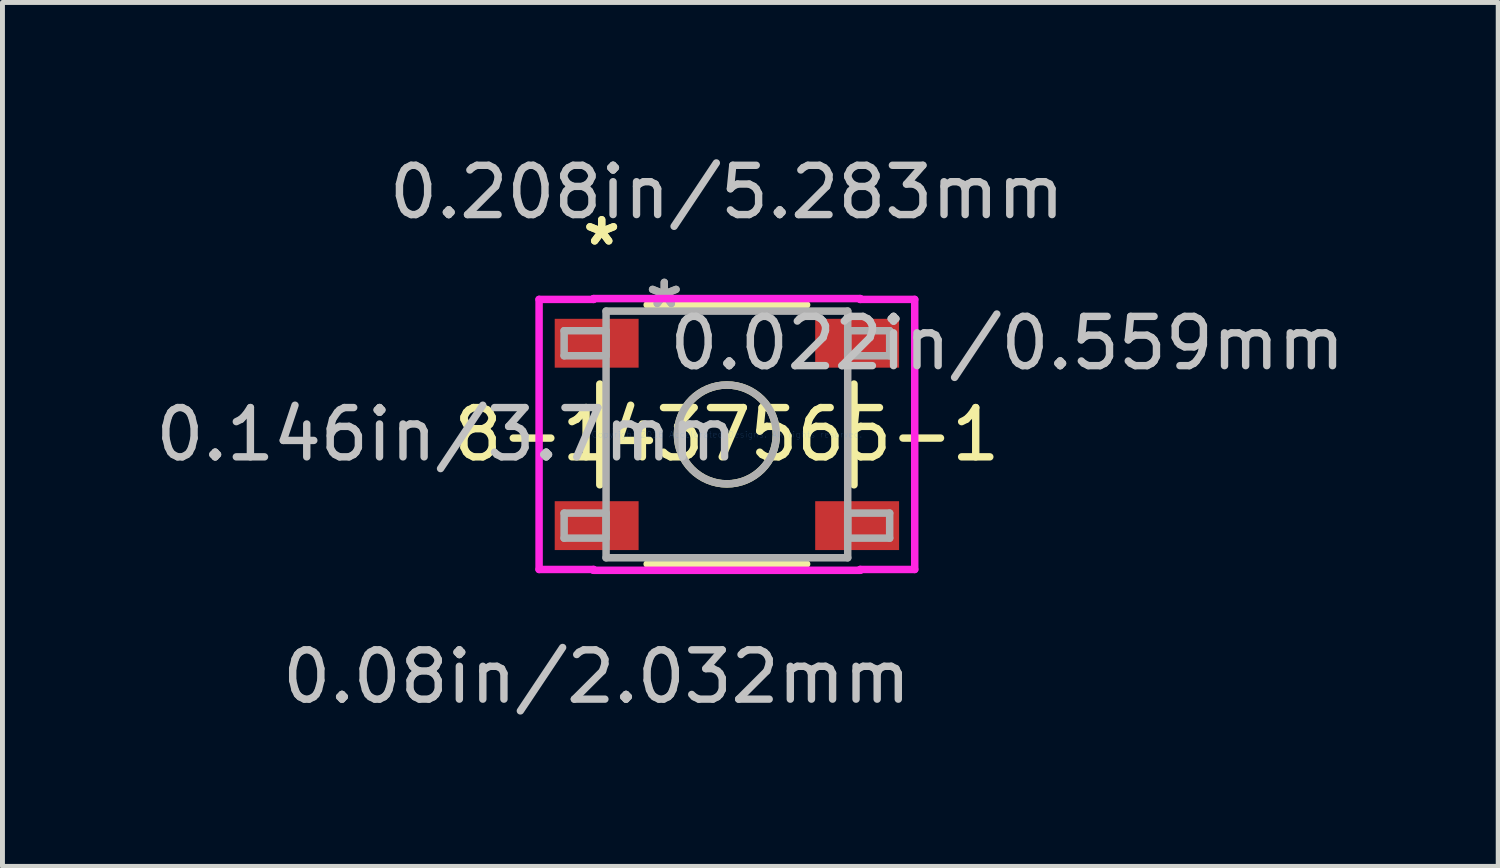
<source format=kicad_pcb>
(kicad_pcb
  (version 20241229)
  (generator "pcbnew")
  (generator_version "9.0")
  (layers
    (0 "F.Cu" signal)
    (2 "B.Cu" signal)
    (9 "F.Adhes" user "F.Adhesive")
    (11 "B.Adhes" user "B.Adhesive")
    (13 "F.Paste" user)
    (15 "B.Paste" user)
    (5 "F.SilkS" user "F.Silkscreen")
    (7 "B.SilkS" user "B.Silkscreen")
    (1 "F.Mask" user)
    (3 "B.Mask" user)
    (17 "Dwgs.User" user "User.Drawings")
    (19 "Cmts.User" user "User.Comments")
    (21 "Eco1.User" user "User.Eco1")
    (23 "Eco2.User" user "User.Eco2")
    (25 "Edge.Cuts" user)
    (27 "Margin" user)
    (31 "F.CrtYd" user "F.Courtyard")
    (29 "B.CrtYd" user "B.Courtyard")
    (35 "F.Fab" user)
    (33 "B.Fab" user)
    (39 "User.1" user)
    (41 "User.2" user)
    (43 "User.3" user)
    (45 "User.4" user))
  (footprint "8-1437565-1"
    (layer "F.Cu")
    (at 11.696 5.763)
    (property "Reference" "8-1437565-1" (at 0 0 0) (layer "F.SilkS") (effects (font (size 1 1) (thickness 0.15))))
    (attr through_hole)
    (fp_line (start -2.578 -1.022) (end -2.578 1.022) (stroke (width 0.152) (type solid)) (layer "F.SilkS"))
    (fp_line (start -1.617 2.629) (end 1.617 2.629) (stroke (width 0.152) (type solid)) (layer "F.SilkS"))
    (fp_line (start 1.617 -2.629) (end -1.617 -2.629) (stroke (width 0.152) (type solid)) (layer "F.SilkS"))
    (fp_line (start 2.578 1.022) (end 2.578 -1.022) (stroke (width 0.152) (type solid)) (layer "F.SilkS"))
    (fp_circle (center 0 0) (end 1.003 0) (stroke (width 0.152) (type solid)) (fill no) (layer "F.SilkS"))
    (fp_line (start -3.81 -2.739) (end -2.705 -2.739) (stroke (width 0.152) (type solid)) (layer "F.CrtYd"))
    (fp_line (start -3.81 2.739) (end -3.81 -2.739) (stroke (width 0.152) (type solid)) (layer "F.CrtYd"))
    (fp_line (start -2.705 -2.756) (end 2.705 -2.756) (stroke (width 0.152) (type solid)) (layer "F.CrtYd"))
    (fp_line (start -2.705 -2.739) (end -2.705 -2.756) (stroke (width 0.152) (type solid)) (layer "F.CrtYd"))
    (fp_line (start -2.705 2.739) (end -3.81 2.739) (stroke (width 0.152) (type solid)) (layer "F.CrtYd"))
    (fp_line (start -2.705 2.756) (end -2.705 2.739) (stroke (width 0.152) (type solid)) (layer "F.CrtYd"))
    (fp_line (start 2.705 -2.756) (end 2.705 -2.739) (stroke (width 0.152) (type solid)) (layer "F.CrtYd"))
    (fp_line (start 2.705 -2.739) (end 3.81 -2.739) (stroke (width 0.152) (type solid)) (layer "F.CrtYd"))
    (fp_line (start 2.705 2.739) (end 2.705 2.756) (stroke (width 0.152) (type solid)) (layer "F.CrtYd"))
    (fp_line (start 2.705 2.756) (end -2.705 2.756) (stroke (width 0.152) (type solid)) (layer "F.CrtYd"))
    (fp_line (start 3.81 -2.739) (end 3.81 2.739) (stroke (width 0.152) (type solid)) (layer "F.CrtYd"))
    (fp_line (start 3.81 2.739) (end 2.705 2.739) (stroke (width 0.152) (type solid)) (layer "F.CrtYd"))
    (fp_line (start -3.302 -2.104) (end -3.302 -1.596) (stroke (width 0.152) (type solid)) (layer "F.Fab"))
    (fp_line (start -3.302 -1.596) (end -2.451 -1.596) (stroke (width 0.152) (type solid)) (layer "F.Fab"))
    (fp_line (start -3.302 1.596) (end -3.302 2.104) (stroke (width 0.152) (type solid)) (layer "F.Fab"))
    (fp_line (start -3.302 2.104) (end -2.451 2.104) (stroke (width 0.152) (type solid)) (layer "F.Fab"))
    (fp_line (start -2.451 -2.502) (end -2.451 2.502) (stroke (width 0.152) (type solid)) (layer "F.Fab"))
    (fp_line (start -2.451 -2.104) (end -3.302 -2.104) (stroke (width 0.152) (type solid)) (layer "F.Fab"))
    (fp_line (start -2.451 -1.596) (end -2.451 -2.104) (stroke (width 0.152) (type solid)) (layer "F.Fab"))
    (fp_line (start -2.451 1.596) (end -3.302 1.596) (stroke (width 0.152) (type solid)) (layer "F.Fab"))
    (fp_line (start -2.451 2.104) (end -2.451 1.596) (stroke (width 0.152) (type solid)) (layer "F.Fab"))
    (fp_line (start -2.451 2.502) (end 2.451 2.502) (stroke (width 0.152) (type solid)) (layer "F.Fab"))
    (fp_line (start 2.451 -2.502) (end -2.451 -2.502) (stroke (width 0.152) (type solid)) (layer "F.Fab"))
    (fp_line (start 2.451 -2.104) (end 2.451 -1.596) (stroke (width 0.152) (type solid)) (layer "F.Fab"))
    (fp_line (start 2.451 -1.596) (end 3.302 -1.596) (stroke (width 0.152) (type solid)) (layer "F.Fab"))
    (fp_line (start 2.451 1.596) (end 2.451 2.104) (stroke (width 0.152) (type solid)) (layer "F.Fab"))
    (fp_line (start 2.451 2.104) (end 3.302 2.104) (stroke (width 0.152) (type solid)) (layer "F.Fab"))
    (fp_line (start 2.451 2.502) (end 2.451 -2.502) (stroke (width 0.152) (type solid)) (layer "F.Fab"))
    (fp_line (start 3.302 -2.104) (end 2.451 -2.104) (stroke (width 0.152) (type solid)) (layer "F.Fab"))
    (fp_line (start 3.302 -1.596) (end 3.302 -2.104) (stroke (width 0.152) (type solid)) (layer "F.Fab"))
    (fp_line (start 3.302 1.596) (end 2.451 1.596) (stroke (width 0.152) (type solid)) (layer "F.Fab"))
    (fp_line (start 3.302 2.104) (end 3.302 1.596) (stroke (width 0.152) (type solid)) (layer "F.Fab"))
    (fp_circle (center 0 0) (end 1.003 0) (stroke (width 0.152) (type solid)) (fill no) (layer "F.Fab"))
    (fp_text user "*" (at -2.54 -3.81 0) (layer "F.SilkS") (effects (font (size 1 1) (thickness 0.15))))
    (fp_text user "*" (at -2.54 -3.81 0) (layer "F.SilkS") (effects (font (size 1 1) (thickness 0.15))))
    (fp_text user "0.022in/0.559mm" (at 5.69 -1.85 0) (layer "Dwgs.User") (effects (font (size 1 1) (thickness 0.15))))
    (fp_text user "0.208in/5.283mm" (at 0 -4.915 0) (layer "Dwgs.User") (effects (font (size 1 1) (thickness 0.15))))
    (fp_text user "0.146in/3.7mm" (at -5.69 0 0) (layer "Dwgs.User") (effects (font (size 1 1) (thickness 0.15))))
    (fp_text user "0.08in/2.032mm" (at -2.642 4.915 0) (layer "Dwgs.User") (effects (font (size 1 1) (thickness 0.15))))
    (fp_text user "Copyright 2016 Accelerated Designs. All rights reserved." (at 0 0 0) (layer "Cmts.User") (effects (font (size 0.127 0.127) (thickness 0.002))))
    (fp_text user "*" (at -1.27 -2.54 0) (layer "F.Fab") (effects (font (size 1 1) (thickness 0.15))))
    (fp_text user "*" (at -1.27 -2.54 0) (layer "F.Fab") (effects (font (size 1 1) (thickness 0.15))))
    (pad "1" smd rect (at -2.642 -1.85) (size 1.702 0.991) (layers "F.Cu" "F.Mask" "F.Paste"))
    (pad "2" smd rect (at 2.642 -1.85) (size 1.702 0.991) (layers "F.Cu" "F.Mask" "F.Paste"))
    (pad "3" smd rect (at -2.642 1.85) (size 1.702 0.991) (layers "F.Cu" "F.Mask" "F.Paste"))
    (pad "4" smd rect (at 2.642 1.85) (size 1.702 0.991) (layers "F.Cu" "F.Mask" "F.Paste")))
  (gr_rect
    (start -3 -3)
    (end 27.343 14.526)
    (stroke (width 0.1) (type default))
    (fill no)
    (layer "Edge.Cuts")))
</source>
